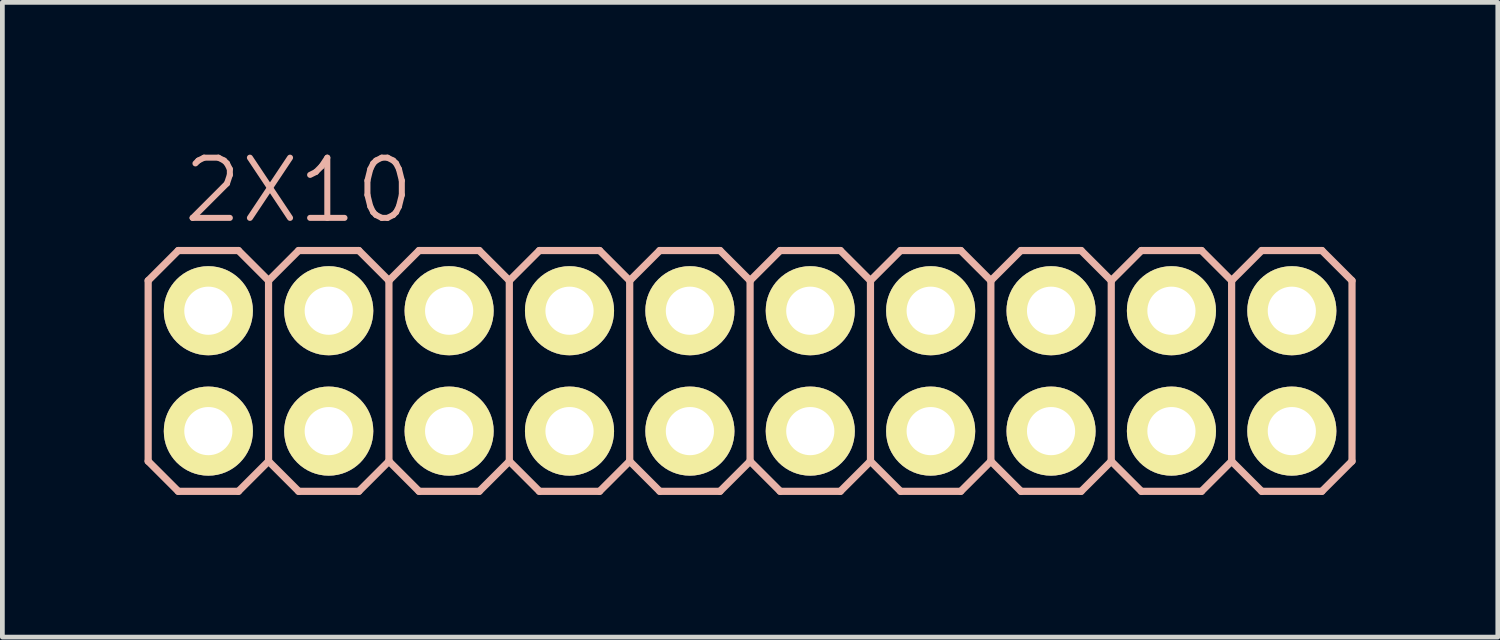
<source format=kicad_pcb>
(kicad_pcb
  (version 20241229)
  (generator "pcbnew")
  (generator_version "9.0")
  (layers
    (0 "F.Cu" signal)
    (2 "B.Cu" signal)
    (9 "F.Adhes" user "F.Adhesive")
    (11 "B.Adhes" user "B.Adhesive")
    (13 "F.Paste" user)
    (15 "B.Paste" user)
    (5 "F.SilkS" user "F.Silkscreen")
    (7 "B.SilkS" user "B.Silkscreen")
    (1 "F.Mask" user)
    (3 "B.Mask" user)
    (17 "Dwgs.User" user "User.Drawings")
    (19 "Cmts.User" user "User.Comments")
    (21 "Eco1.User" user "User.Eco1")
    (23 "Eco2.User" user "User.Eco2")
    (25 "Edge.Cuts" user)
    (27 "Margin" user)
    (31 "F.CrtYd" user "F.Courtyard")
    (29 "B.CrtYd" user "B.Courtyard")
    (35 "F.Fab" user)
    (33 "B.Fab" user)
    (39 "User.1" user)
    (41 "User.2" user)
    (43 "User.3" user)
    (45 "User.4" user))
  (footprint "2X10"
    (layer "F.Cu")
    (at 12.776 4.776)
    (property "Reference" "2X10" (at -9.525 -3.81 0) (layer "B.SilkS") (effects (font (size 1.27 1.27) (thickness 0.127))))
    (attr exclude_from_pos_files exclude_from_bom)
    (fp_line (start -11.684 -1.524) (end -11.176 -1.524) (stroke (width 0.066) (type solid)) (layer "F.SilkS"))
    (fp_line (start -11.684 -1.016) (end -11.684 -1.524) (stroke (width 0.066) (type solid)) (layer "F.SilkS"))
    (fp_line (start -11.684 -1.016) (end -11.176 -1.016) (stroke (width 0.066) (type solid)) (layer "F.SilkS"))
    (fp_line (start -11.684 1.016) (end -11.176 1.016) (stroke (width 0.066) (type solid)) (layer "F.SilkS"))
    (fp_line (start -11.684 1.524) (end -11.684 1.016) (stroke (width 0.066) (type solid)) (layer "F.SilkS"))
    (fp_line (start -11.684 1.524) (end -11.176 1.524) (stroke (width 0.066) (type solid)) (layer "F.SilkS"))
    (fp_line (start -11.176 -1.016) (end -11.176 -1.524) (stroke (width 0.066) (type solid)) (layer "F.SilkS"))
    (fp_line (start -11.176 1.524) (end -11.176 1.016) (stroke (width 0.066) (type solid)) (layer "F.SilkS"))
    (fp_line (start -9.144 -1.524) (end -8.636 -1.524) (stroke (width 0.066) (type solid)) (layer "F.SilkS"))
    (fp_line (start -9.144 -1.016) (end -9.144 -1.524) (stroke (width 0.066) (type solid)) (layer "F.SilkS"))
    (fp_line (start -9.144 -1.016) (end -8.636 -1.016) (stroke (width 0.066) (type solid)) (layer "F.SilkS"))
    (fp_line (start -9.144 1.016) (end -8.636 1.016) (stroke (width 0.066) (type solid)) (layer "F.SilkS"))
    (fp_line (start -9.144 1.524) (end -9.144 1.016) (stroke (width 0.066) (type solid)) (layer "F.SilkS"))
    (fp_line (start -9.144 1.524) (end -8.636 1.524) (stroke (width 0.066) (type solid)) (layer "F.SilkS"))
    (fp_line (start -8.636 -1.016) (end -8.636 -1.524) (stroke (width 0.066) (type solid)) (layer "F.SilkS"))
    (fp_line (start -8.636 1.524) (end -8.636 1.016) (stroke (width 0.066) (type solid)) (layer "F.SilkS"))
    (fp_line (start -6.604 -1.524) (end -6.096 -1.524) (stroke (width 0.066) (type solid)) (layer "F.SilkS"))
    (fp_line (start -6.604 -1.016) (end -6.604 -1.524) (stroke (width 0.066) (type solid)) (layer "F.SilkS"))
    (fp_line (start -6.604 -1.016) (end -6.096 -1.016) (stroke (width 0.066) (type solid)) (layer "F.SilkS"))
    (fp_line (start -6.604 1.016) (end -6.096 1.016) (stroke (width 0.066) (type solid)) (layer "F.SilkS"))
    (fp_line (start -6.604 1.524) (end -6.604 1.016) (stroke (width 0.066) (type solid)) (layer "F.SilkS"))
    (fp_line (start -6.604 1.524) (end -6.096 1.524) (stroke (width 0.066) (type solid)) (layer "F.SilkS"))
    (fp_line (start -6.096 -1.016) (end -6.096 -1.524) (stroke (width 0.066) (type solid)) (layer "F.SilkS"))
    (fp_line (start -6.096 1.524) (end -6.096 1.016) (stroke (width 0.066) (type solid)) (layer "F.SilkS"))
    (fp_line (start -4.064 -1.524) (end -3.556 -1.524) (stroke (width 0.066) (type solid)) (layer "F.SilkS"))
    (fp_line (start -4.064 -1.016) (end -4.064 -1.524) (stroke (width 0.066) (type solid)) (layer "F.SilkS"))
    (fp_line (start -4.064 -1.016) (end -3.556 -1.016) (stroke (width 0.066) (type solid)) (layer "F.SilkS"))
    (fp_line (start -4.064 1.016) (end -3.556 1.016) (stroke (width 0.066) (type solid)) (layer "F.SilkS"))
    (fp_line (start -4.064 1.524) (end -4.064 1.016) (stroke (width 0.066) (type solid)) (layer "F.SilkS"))
    (fp_line (start -4.064 1.524) (end -3.556 1.524) (stroke (width 0.066) (type solid)) (layer "F.SilkS"))
    (fp_line (start -3.556 -1.016) (end -3.556 -1.524) (stroke (width 0.066) (type solid)) (layer "F.SilkS"))
    (fp_line (start -3.556 1.524) (end -3.556 1.016) (stroke (width 0.066) (type solid)) (layer "F.SilkS"))
    (fp_line (start -1.524 -1.524) (end -1.016 -1.524) (stroke (width 0.066) (type solid)) (layer "F.SilkS"))
    (fp_line (start -1.524 -1.016) (end -1.524 -1.524) (stroke (width 0.066) (type solid)) (layer "F.SilkS"))
    (fp_line (start -1.524 -1.016) (end -1.016 -1.016) (stroke (width 0.066) (type solid)) (layer "F.SilkS"))
    (fp_line (start -1.524 1.016) (end -1.016 1.016) (stroke (width 0.066) (type solid)) (layer "F.SilkS"))
    (fp_line (start -1.524 1.524) (end -1.524 1.016) (stroke (width 0.066) (type solid)) (layer "F.SilkS"))
    (fp_line (start -1.524 1.524) (end -1.016 1.524) (stroke (width 0.066) (type solid)) (layer "F.SilkS"))
    (fp_line (start -1.016 -1.016) (end -1.016 -1.524) (stroke (width 0.066) (type solid)) (layer "F.SilkS"))
    (fp_line (start -1.016 1.524) (end -1.016 1.016) (stroke (width 0.066) (type solid)) (layer "F.SilkS"))
    (fp_line (start 1.016 -1.524) (end 1.524 -1.524) (stroke (width 0.066) (type solid)) (layer "F.SilkS"))
    (fp_line (start 1.016 -1.016) (end 1.016 -1.524) (stroke (width 0.066) (type solid)) (layer "F.SilkS"))
    (fp_line (start 1.016 -1.016) (end 1.524 -1.016) (stroke (width 0.066) (type solid)) (layer "F.SilkS"))
    (fp_line (start 1.016 1.016) (end 1.524 1.016) (stroke (width 0.066) (type solid)) (layer "F.SilkS"))
    (fp_line (start 1.016 1.524) (end 1.016 1.016) (stroke (width 0.066) (type solid)) (layer "F.SilkS"))
    (fp_line (start 1.016 1.524) (end 1.524 1.524) (stroke (width 0.066) (type solid)) (layer "F.SilkS"))
    (fp_line (start 1.524 -1.016) (end 1.524 -1.524) (stroke (width 0.066) (type solid)) (layer "F.SilkS"))
    (fp_line (start 1.524 1.524) (end 1.524 1.016) (stroke (width 0.066) (type solid)) (layer "F.SilkS"))
    (fp_line (start 3.556 -1.524) (end 4.064 -1.524) (stroke (width 0.066) (type solid)) (layer "F.SilkS"))
    (fp_line (start 3.556 -1.016) (end 3.556 -1.524) (stroke (width 0.066) (type solid)) (layer "F.SilkS"))
    (fp_line (start 3.556 -1.016) (end 4.064 -1.016) (stroke (width 0.066) (type solid)) (layer "F.SilkS"))
    (fp_line (start 3.556 1.016) (end 4.064 1.016) (stroke (width 0.066) (type solid)) (layer "F.SilkS"))
    (fp_line (start 3.556 1.524) (end 3.556 1.016) (stroke (width 0.066) (type solid)) (layer "F.SilkS"))
    (fp_line (start 3.556 1.524) (end 4.064 1.524) (stroke (width 0.066) (type solid)) (layer "F.SilkS"))
    (fp_line (start 4.064 -1.016) (end 4.064 -1.524) (stroke (width 0.066) (type solid)) (layer "F.SilkS"))
    (fp_line (start 4.064 1.524) (end 4.064 1.016) (stroke (width 0.066) (type solid)) (layer "F.SilkS"))
    (fp_line (start 6.096 -1.524) (end 6.604 -1.524) (stroke (width 0.066) (type solid)) (layer "F.SilkS"))
    (fp_line (start 6.096 -1.016) (end 6.096 -1.524) (stroke (width 0.066) (type solid)) (layer "F.SilkS"))
    (fp_line (start 6.096 -1.016) (end 6.604 -1.016) (stroke (width 0.066) (type solid)) (layer "F.SilkS"))
    (fp_line (start 6.096 1.016) (end 6.604 1.016) (stroke (width 0.066) (type solid)) (layer "F.SilkS"))
    (fp_line (start 6.096 1.524) (end 6.096 1.016) (stroke (width 0.066) (type solid)) (layer "F.SilkS"))
    (fp_line (start 6.096 1.524) (end 6.604 1.524) (stroke (width 0.066) (type solid)) (layer "F.SilkS"))
    (fp_line (start 6.604 -1.016) (end 6.604 -1.524) (stroke (width 0.066) (type solid)) (layer "F.SilkS"))
    (fp_line (start 6.604 1.524) (end 6.604 1.016) (stroke (width 0.066) (type solid)) (layer "F.SilkS"))
    (fp_line (start 8.636 -1.524) (end 9.144 -1.524) (stroke (width 0.066) (type solid)) (layer "F.SilkS"))
    (fp_line (start 8.636 -1.016) (end 8.636 -1.524) (stroke (width 0.066) (type solid)) (layer "F.SilkS"))
    (fp_line (start 8.636 -1.016) (end 9.144 -1.016) (stroke (width 0.066) (type solid)) (layer "F.SilkS"))
    (fp_line (start 8.636 1.016) (end 9.144 1.016) (stroke (width 0.066) (type solid)) (layer "F.SilkS"))
    (fp_line (start 8.636 1.524) (end 8.636 1.016) (stroke (width 0.066) (type solid)) (layer "F.SilkS"))
    (fp_line (start 8.636 1.524) (end 9.144 1.524) (stroke (width 0.066) (type solid)) (layer "F.SilkS"))
    (fp_line (start 9.144 -1.016) (end 9.144 -1.524) (stroke (width 0.066) (type solid)) (layer "F.SilkS"))
    (fp_line (start 9.144 1.524) (end 9.144 1.016) (stroke (width 0.066) (type solid)) (layer "F.SilkS"))
    (fp_line (start 11.176 -1.524) (end 11.684 -1.524) (stroke (width 0.066) (type solid)) (layer "F.SilkS"))
    (fp_line (start 11.176 -1.016) (end 11.176 -1.524) (stroke (width 0.066) (type solid)) (layer "F.SilkS"))
    (fp_line (start 11.176 -1.016) (end 11.684 -1.016) (stroke (width 0.066) (type solid)) (layer "F.SilkS"))
    (fp_line (start 11.176 1.016) (end 11.684 1.016) (stroke (width 0.066) (type solid)) (layer "F.SilkS"))
    (fp_line (start 11.176 1.524) (end 11.176 1.016) (stroke (width 0.066) (type solid)) (layer "F.SilkS"))
    (fp_line (start 11.176 1.524) (end 11.684 1.524) (stroke (width 0.066) (type solid)) (layer "F.SilkS"))
    (fp_line (start 11.684 -1.016) (end 11.684 -1.524) (stroke (width 0.066) (type solid)) (layer "F.SilkS"))
    (fp_line (start 11.684 1.524) (end 11.684 1.016) (stroke (width 0.066) (type solid)) (layer "F.SilkS"))
    (fp_line (start -12.7 -1.905) (end -12.065 -2.54) (stroke (width 0.152) (type solid)) (layer "B.SilkS"))
    (fp_line (start -12.7 1.905) (end -12.7 -1.905) (stroke (width 0.152) (type solid)) (layer "B.SilkS"))
    (fp_line (start -12.7 1.905) (end -12.065 2.54) (stroke (width 0.152) (type solid)) (layer "B.SilkS"))
    (fp_line (start -12.065 -2.54) (end -10.795 -2.54) (stroke (width 0.152) (type solid)) (layer "B.SilkS"))
    (fp_line (start -12.065 2.54) (end -10.795 2.54) (stroke (width 0.152) (type solid)) (layer "B.SilkS"))
    (fp_line (start -10.795 -2.54) (end -10.16 -1.905) (stroke (width 0.152) (type solid)) (layer "B.SilkS"))
    (fp_line (start -10.795 2.54) (end -10.16 1.905) (stroke (width 0.152) (type solid)) (layer "B.SilkS"))
    (fp_line (start -10.16 -1.905) (end -10.16 1.905) (stroke (width 0.152) (type solid)) (layer "B.SilkS"))
    (fp_line (start -10.16 -1.905) (end -9.525 -2.54) (stroke (width 0.152) (type solid)) (layer "B.SilkS"))
    (fp_line (start -10.16 1.905) (end -9.525 2.54) (stroke (width 0.152) (type solid)) (layer "B.SilkS"))
    (fp_line (start -9.525 -2.54) (end -8.255 -2.54) (stroke (width 0.152) (type solid)) (layer "B.SilkS"))
    (fp_line (start -9.525 2.54) (end -8.255 2.54) (stroke (width 0.152) (type solid)) (layer "B.SilkS"))
    (fp_line (start -8.255 -2.54) (end -7.62 -1.905) (stroke (width 0.152) (type solid)) (layer "B.SilkS"))
    (fp_line (start -8.255 2.54) (end -7.62 1.905) (stroke (width 0.152) (type solid)) (layer "B.SilkS"))
    (fp_line (start -7.62 -1.905) (end -7.62 1.905) (stroke (width 0.152) (type solid)) (layer "B.SilkS"))
    (fp_line (start -7.62 -1.905) (end -6.985 -2.54) (stroke (width 0.152) (type solid)) (layer "B.SilkS"))
    (fp_line (start -7.62 1.905) (end -6.985 2.54) (stroke (width 0.152) (type solid)) (layer "B.SilkS"))
    (fp_line (start -6.985 -2.54) (end -5.715 -2.54) (stroke (width 0.152) (type solid)) (layer "B.SilkS"))
    (fp_line (start -6.985 2.54) (end -5.715 2.54) (stroke (width 0.152) (type solid)) (layer "B.SilkS"))
    (fp_line (start -5.715 -2.54) (end -5.08 -1.905) (stroke (width 0.152) (type solid)) (layer "B.SilkS"))
    (fp_line (start -5.715 2.54) (end -5.08 1.905) (stroke (width 0.152) (type solid)) (layer "B.SilkS"))
    (fp_line (start -5.08 -1.905) (end -5.08 1.905) (stroke (width 0.152) (type solid)) (layer "B.SilkS"))
    (fp_line (start -5.08 -1.905) (end -4.445 -2.54) (stroke (width 0.152) (type solid)) (layer "B.SilkS"))
    (fp_line (start -5.08 1.905) (end -4.445 2.54) (stroke (width 0.152) (type solid)) (layer "B.SilkS"))
    (fp_line (start -4.445 -2.54) (end -3.175 -2.54) (stroke (width 0.152) (type solid)) (layer "B.SilkS"))
    (fp_line (start -4.445 2.54) (end -3.175 2.54) (stroke (width 0.152) (type solid)) (layer "B.SilkS"))
    (fp_line (start -3.175 -2.54) (end -2.54 -1.905) (stroke (width 0.152) (type solid)) (layer "B.SilkS"))
    (fp_line (start -3.175 2.54) (end -2.54 1.905) (stroke (width 0.152) (type solid)) (layer "B.SilkS"))
    (fp_line (start -2.54 -1.905) (end -2.54 1.905) (stroke (width 0.152) (type solid)) (layer "B.SilkS"))
    (fp_line (start -2.54 -1.905) (end -1.905 -2.54) (stroke (width 0.152) (type solid)) (layer "B.SilkS"))
    (fp_line (start -2.54 1.905) (end -1.905 2.54) (stroke (width 0.152) (type solid)) (layer "B.SilkS"))
    (fp_line (start -1.905 -2.54) (end -0.635 -2.54) (stroke (width 0.152) (type solid)) (layer "B.SilkS"))
    (fp_line (start -1.905 2.54) (end -0.635 2.54) (stroke (width 0.152) (type solid)) (layer "B.SilkS"))
    (fp_line (start -0.635 -2.54) (end 0 -1.905) (stroke (width 0.152) (type solid)) (layer "B.SilkS"))
    (fp_line (start -0.635 2.54) (end 0 1.905) (stroke (width 0.152) (type solid)) (layer "B.SilkS"))
    (fp_line (start 0 -1.905) (end 0 1.905) (stroke (width 0.152) (type solid)) (layer "B.SilkS"))
    (fp_line (start 0 -1.905) (end 0.635 -2.54) (stroke (width 0.152) (type solid)) (layer "B.SilkS"))
    (fp_line (start 0 1.905) (end 0.635 2.54) (stroke (width 0.152) (type solid)) (layer "B.SilkS"))
    (fp_line (start 0.635 -2.54) (end 1.905 -2.54) (stroke (width 0.152) (type solid)) (layer "B.SilkS"))
    (fp_line (start 0.635 2.54) (end 1.905 2.54) (stroke (width 0.152) (type solid)) (layer "B.SilkS"))
    (fp_line (start 1.905 -2.54) (end 2.54 -1.905) (stroke (width 0.152) (type solid)) (layer "B.SilkS"))
    (fp_line (start 1.905 2.54) (end 2.54 1.905) (stroke (width 0.152) (type solid)) (layer "B.SilkS"))
    (fp_line (start 2.54 -1.905) (end 2.54 1.905) (stroke (width 0.152) (type solid)) (layer "B.SilkS"))
    (fp_line (start 2.54 -1.905) (end 3.175 -2.54) (stroke (width 0.152) (type solid)) (layer "B.SilkS"))
    (fp_line (start 2.54 1.905) (end 3.175 2.54) (stroke (width 0.152) (type solid)) (layer "B.SilkS"))
    (fp_line (start 3.175 -2.54) (end 4.445 -2.54) (stroke (width 0.152) (type solid)) (layer "B.SilkS"))
    (fp_line (start 3.175 2.54) (end 4.445 2.54) (stroke (width 0.152) (type solid)) (layer "B.SilkS"))
    (fp_line (start 4.445 -2.54) (end 5.08 -1.905) (stroke (width 0.152) (type solid)) (layer "B.SilkS"))
    (fp_line (start 5.08 -1.905) (end 5.08 1.905) (stroke (width 0.152) (type solid)) (layer "B.SilkS"))
    (fp_line (start 5.08 -1.905) (end 5.715 -2.54) (stroke (width 0.152) (type solid)) (layer "B.SilkS"))
    (fp_line (start 5.08 1.905) (end 4.445 2.54) (stroke (width 0.152) (type solid)) (layer "B.SilkS"))
    (fp_line (start 5.08 1.905) (end 5.715 2.54) (stroke (width 0.152) (type solid)) (layer "B.SilkS"))
    (fp_line (start 5.715 -2.54) (end 6.985 -2.54) (stroke (width 0.152) (type solid)) (layer "B.SilkS"))
    (fp_line (start 5.715 2.54) (end 6.985 2.54) (stroke (width 0.152) (type solid)) (layer "B.SilkS"))
    (fp_line (start 6.985 -2.54) (end 7.62 -1.905) (stroke (width 0.152) (type solid)) (layer "B.SilkS"))
    (fp_line (start 7.62 -1.905) (end 7.62 1.905) (stroke (width 0.152) (type solid)) (layer "B.SilkS"))
    (fp_line (start 7.62 -1.905) (end 8.255 -2.54) (stroke (width 0.152) (type solid)) (layer "B.SilkS"))
    (fp_line (start 7.62 1.905) (end 6.985 2.54) (stroke (width 0.152) (type solid)) (layer "B.SilkS"))
    (fp_line (start 7.62 1.905) (end 8.255 2.54) (stroke (width 0.152) (type solid)) (layer "B.SilkS"))
    (fp_line (start 8.255 -2.54) (end 9.525 -2.54) (stroke (width 0.152) (type solid)) (layer "B.SilkS"))
    (fp_line (start 8.255 2.54) (end 9.525 2.54) (stroke (width 0.152) (type solid)) (layer "B.SilkS"))
    (fp_line (start 9.525 -2.54) (end 10.16 -1.905) (stroke (width 0.152) (type solid)) (layer "B.SilkS"))
    (fp_line (start 10.16 -1.905) (end 10.16 1.905) (stroke (width 0.152) (type solid)) (layer "B.SilkS"))
    (fp_line (start 10.16 -1.905) (end 10.795 -2.54) (stroke (width 0.152) (type solid)) (layer "B.SilkS"))
    (fp_line (start 10.16 1.905) (end 9.525 2.54) (stroke (width 0.152) (type solid)) (layer "B.SilkS"))
    (fp_line (start 10.16 1.905) (end 10.795 2.54) (stroke (width 0.152) (type solid)) (layer "B.SilkS"))
    (fp_line (start 10.795 -2.54) (end 12.065 -2.54) (stroke (width 0.152) (type solid)) (layer "B.SilkS"))
    (fp_line (start 10.795 2.54) (end 12.065 2.54) (stroke (width 0.152) (type solid)) (layer "B.SilkS"))
    (fp_line (start 12.065 -2.54) (end 12.7 -1.905) (stroke (width 0.152) (type solid)) (layer "B.SilkS"))
    (fp_line (start 12.7 -1.905) (end 12.7 1.905) (stroke (width 0.152) (type solid)) (layer "B.SilkS"))
    (fp_line (start 12.7 1.905) (end 12.065 2.54) (stroke (width 0.152) (type solid)) (layer "B.SilkS"))
    (pad "1" thru_hole circle (at -11.43 1.27) (size 1.88 1.88) (drill 1.016) (layers "*.Cu" "F.Mask" "F.SilkS" "F.Paste"))
    (pad "2" thru_hole circle (at -11.43 -1.27) (size 1.88 1.88) (drill 1.016) (layers "*.Cu" "F.Mask" "F.SilkS" "F.Paste"))
    (pad "3" thru_hole circle (at -8.89 1.27) (size 1.88 1.88) (drill 1.016) (layers "*.Cu" "F.Mask" "F.SilkS" "F.Paste"))
    (pad "4" thru_hole circle (at -8.89 -1.27) (size 1.88 1.88) (drill 1.016) (layers "*.Cu" "F.Mask" "F.SilkS" "F.Paste"))
    (pad "5" thru_hole circle (at -6.35 1.27) (size 1.88 1.88) (drill 1.016) (layers "*.Cu" "F.Mask" "F.SilkS" "F.Paste"))
    (pad "6" thru_hole circle (at -6.35 -1.27) (size 1.88 1.88) (drill 1.016) (layers "*.Cu" "F.Mask" "F.SilkS" "F.Paste"))
    (pad "7" thru_hole circle (at -3.81 1.27) (size 1.88 1.88) (drill 1.016) (layers "*.Cu" "F.Mask" "F.SilkS" "F.Paste"))
    (pad "8" thru_hole circle (at -3.81 -1.27) (size 1.88 1.88) (drill 1.016) (layers "*.Cu" "F.Mask" "F.SilkS" "F.Paste"))
    (pad "9" thru_hole circle (at -1.27 1.27) (size 1.88 1.88) (drill 1.016) (layers "*.Cu" "F.Mask" "F.SilkS" "F.Paste"))
    (pad "10" thru_hole circle (at -1.27 -1.27) (size 1.88 1.88) (drill 1.016) (layers "*.Cu" "F.Mask" "F.SilkS" "F.Paste"))
    (pad "11" thru_hole circle (at 1.27 1.27) (size 1.88 1.88) (drill 1.016) (layers "*.Cu" "F.Mask" "F.SilkS" "F.Paste"))
    (pad "12" thru_hole circle (at 1.27 -1.27) (size 1.88 1.88) (drill 1.016) (layers "*.Cu" "F.Mask" "F.SilkS" "F.Paste"))
    (pad "13" thru_hole circle (at 3.81 1.27) (size 1.88 1.88) (drill 1.016) (layers "*.Cu" "F.Mask" "F.SilkS" "F.Paste"))
    (pad "14" thru_hole circle (at 3.81 -1.27) (size 1.88 1.88) (drill 1.016) (layers "*.Cu" "F.Mask" "F.SilkS" "F.Paste"))
    (pad "15" thru_hole circle (at 6.35 1.27) (size 1.88 1.88) (drill 1.016) (layers "*.Cu" "F.Mask" "F.SilkS" "F.Paste"))
    (pad "16" thru_hole circle (at 6.35 -1.27) (size 1.88 1.88) (drill 1.016) (layers "*.Cu" "F.Mask" "F.SilkS" "F.Paste"))
    (pad "17" thru_hole circle (at 8.89 1.27) (size 1.88 1.88) (drill 1.016) (layers "*.Cu" "F.Mask" "F.SilkS" "F.Paste"))
    (pad "18" thru_hole circle (at 8.89 -1.27) (size 1.88 1.88) (drill 1.016) (layers "*.Cu" "F.Mask" "F.SilkS" "F.Paste"))
    (pad "19" thru_hole circle (at 11.43 1.27) (size 1.88 1.88) (drill 1.016) (layers "*.Cu" "F.Mask" "F.SilkS" "F.Paste"))
    (pad "20" thru_hole circle (at 11.43 -1.27) (size 1.88 1.88) (drill 1.016) (layers "*.Cu" "F.Mask" "F.SilkS" "F.Paste")))
  (gr_rect
    (start -3 -3)
    (end 28.552 10.392)
    (stroke (width 0.1) (type default))
    (fill no)
    (layer "Edge.Cuts")))
</source>
